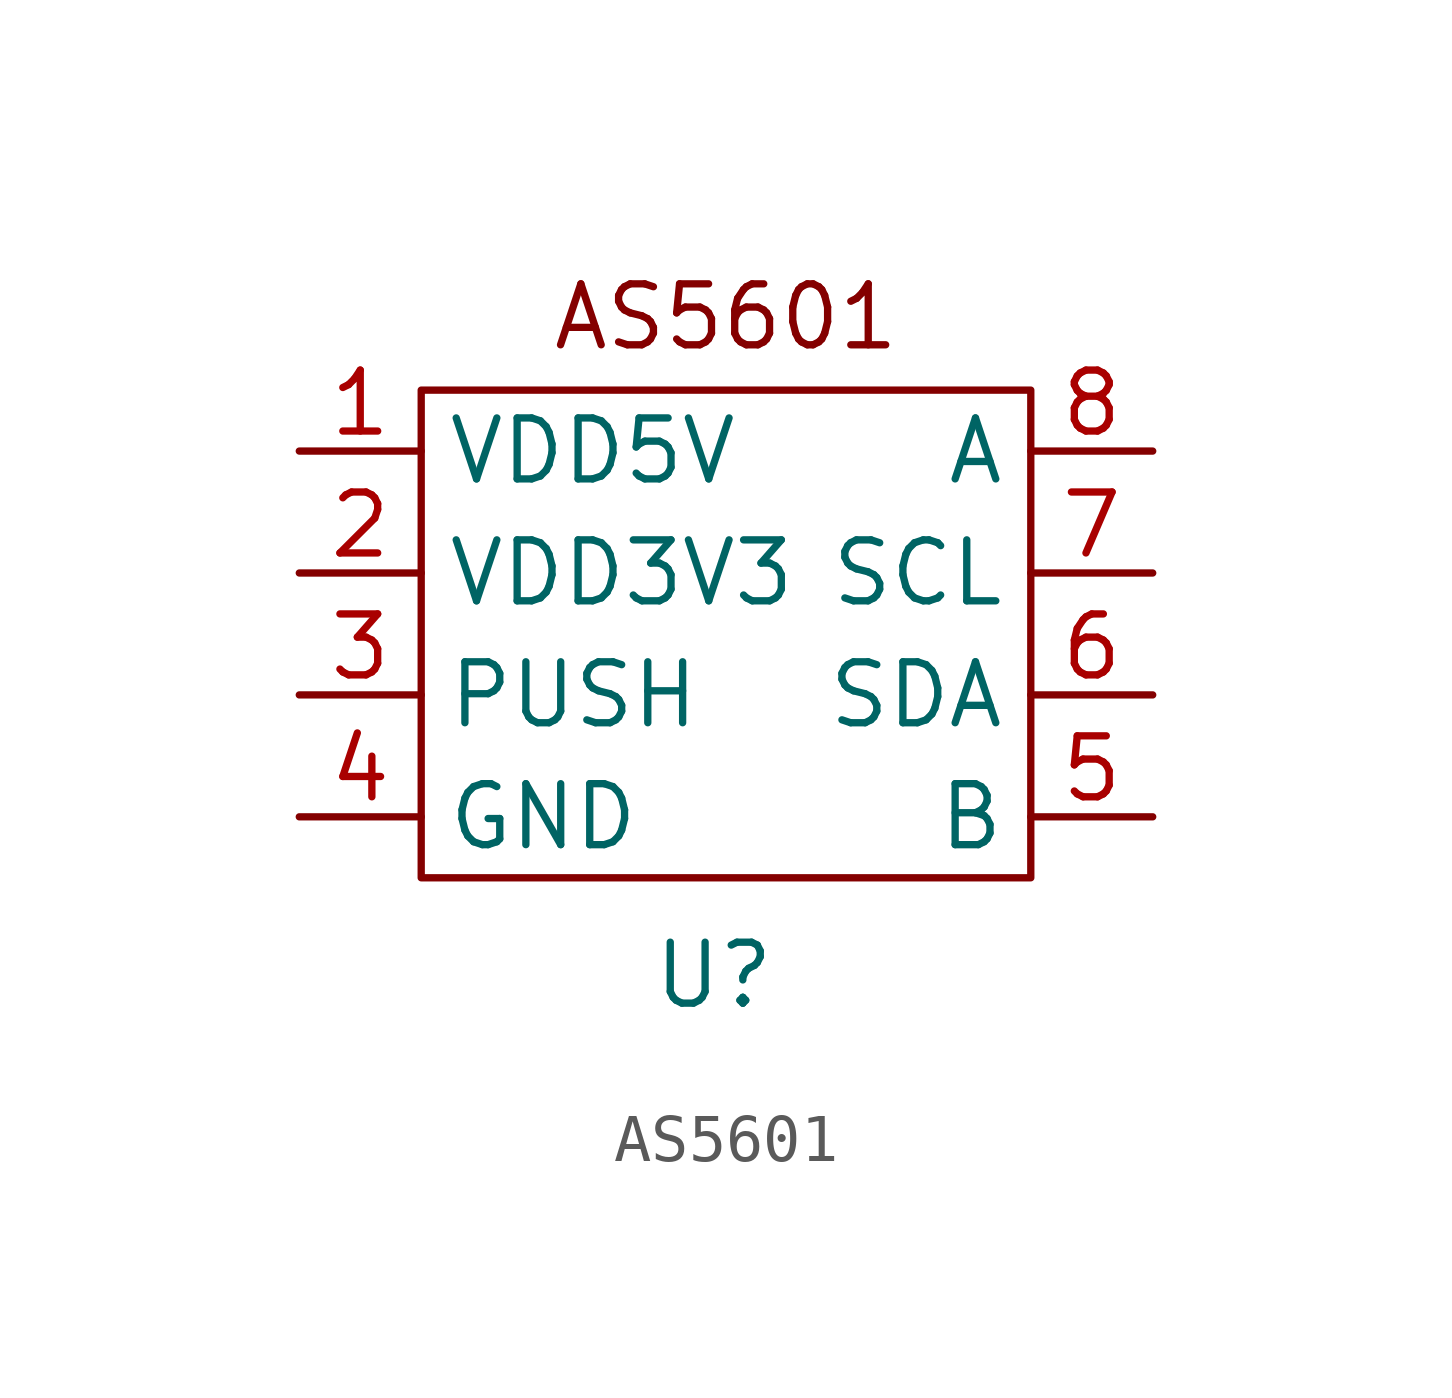
<source format=kicad_sym>
(kicad_symbol_lib
  (version 20231120)
  (generator "kicad_symbol_editor")
  (generator_version "8.0")
  (symbol "AS5601"
    (property "Reference" "U"
      (at -0.254 -2.032 0)
      (effects (font (size 1.27 1.27))))
    (property "Value" ""
      (at -1.27 2.54 0)
      (effects (font (size 1.27 1.27))))
    (symbol "AS5601_0_1"
      (rectangle (start -6.35 10.16) (end 6.35 0) (stroke (width 0) (type default)) (fill (type none))))
    (symbol "AS5601_1_1"
      (text "AS5601\n" (at 0 11.684 0) (effects (font (size 1.27 1.27))))
      (pin input line (at -8.89 8.89 0) (length 2.54) (name "VDD5V" (effects (font (size 1.27 1.27)))) (number "1" (effects (font (size 1.27 1.27)))))
      (pin input line (at -8.89 6.35 0) (length 2.54) (name "VDD3V3" (effects (font (size 1.27 1.27)))) (number "2" (effects (font (size 1.27 1.27)))))
      (pin passive line (at -8.89 3.81 0) (length 2.54) (name "PUSH" (effects (font (size 1.27 1.27)))) (number "3" (effects (font (size 1.27 1.27)))))
      (pin input line (at -8.89 1.27 0) (length 2.54) (name "GND" (effects (font (size 1.27 1.27)))) (number "4" (effects (font (size 1.27 1.27)))))
      (pin passive line (at 8.89 1.27 180) (length 2.54) (name "B" (effects (font (size 1.27 1.27)))) (number "5" (effects (font (size 1.27 1.27)))))
      (pin passive line (at 8.89 3.81 180) (length 2.54) (name "SDA" (effects (font (size 1.27 1.27)))) (number "6" (effects (font (size 1.27 1.27)))))
      (pin passive line (at 8.89 6.35 180) (length 2.54) (name "SCL" (effects (font (size 1.27 1.27)))) (number "7" (effects (font (size 1.27 1.27)))))
      (pin passive line (at 8.89 8.89 180) (length 2.54) (name "A" (effects (font (size 1.27 1.27)))) (number "8" (effects (font (size 1.27 1.27))))))))
</source>
